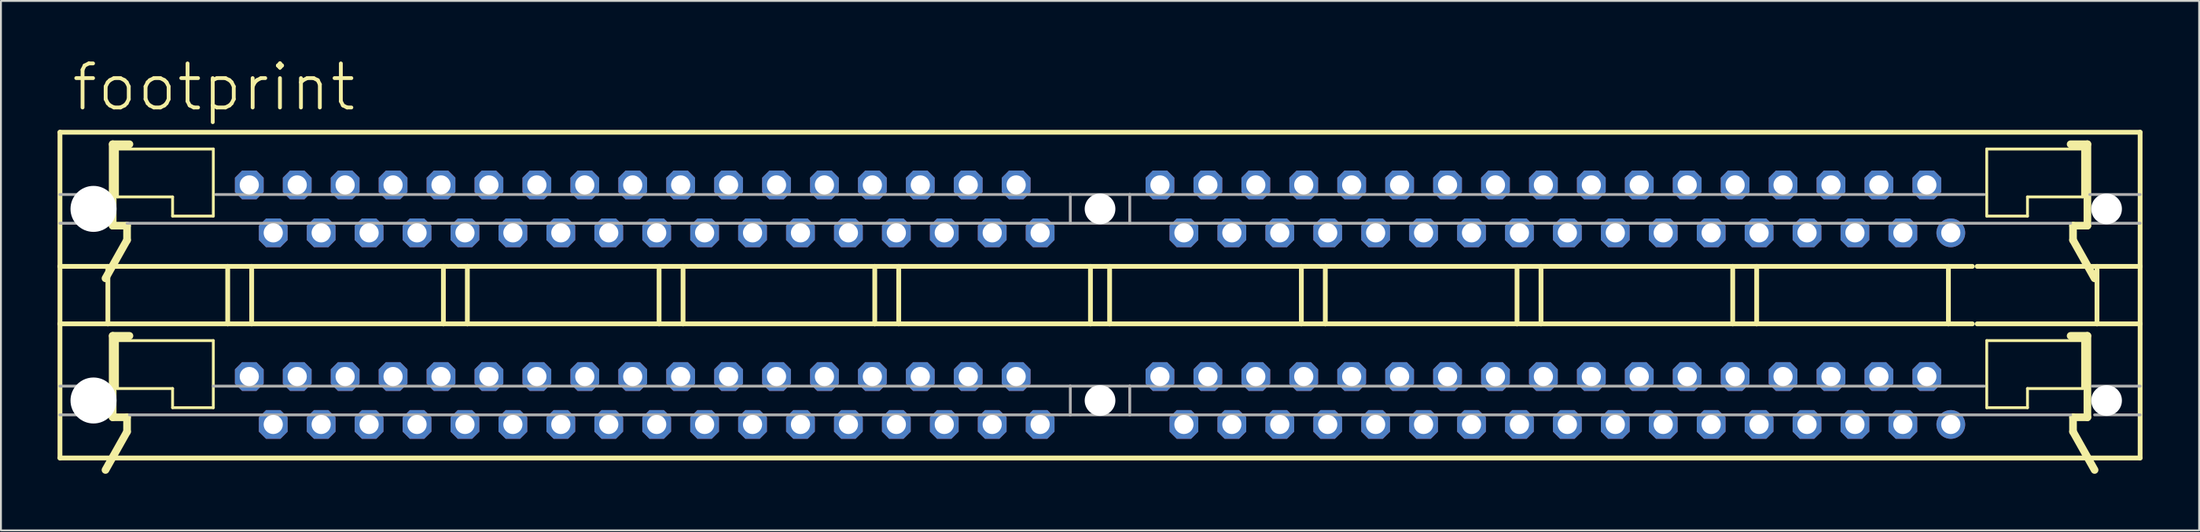
<source format=kicad_pcb>
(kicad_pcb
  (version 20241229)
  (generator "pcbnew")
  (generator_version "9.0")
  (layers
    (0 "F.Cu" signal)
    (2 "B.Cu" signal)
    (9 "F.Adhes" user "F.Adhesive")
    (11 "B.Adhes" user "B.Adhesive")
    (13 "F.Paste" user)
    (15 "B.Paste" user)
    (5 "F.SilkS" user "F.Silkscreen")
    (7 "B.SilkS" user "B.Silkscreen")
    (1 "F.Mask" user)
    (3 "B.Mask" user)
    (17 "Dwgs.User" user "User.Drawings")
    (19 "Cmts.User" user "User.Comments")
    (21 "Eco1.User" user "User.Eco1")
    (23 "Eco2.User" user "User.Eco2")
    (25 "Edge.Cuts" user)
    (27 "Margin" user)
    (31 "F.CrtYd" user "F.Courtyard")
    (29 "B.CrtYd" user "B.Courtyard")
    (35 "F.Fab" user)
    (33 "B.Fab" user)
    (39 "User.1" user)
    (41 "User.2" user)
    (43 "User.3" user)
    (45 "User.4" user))
  (footprint "footprint"
    (layer "F.Cu")
    (at 55.245 8.026)
    (property "Reference" "footprint" (at -54.61 -5.08 0) (layer "F.SilkS") (effects (font (size 2.337 2.337) (thickness 0.203)) (justify left bottom)))
    (fp_line (start -55.118 -4.064) (end 55.118 -4.064) (stroke (width 0.254) (type solid)) (layer "F.SilkS"))
    (fp_line (start -55.118 3.048) (end -55.118 -4.064) (stroke (width 0.254) (type solid)) (layer "F.SilkS"))
    (fp_line (start -55.118 6.096) (end -55.118 3.048) (stroke (width 0.254) (type solid)) (layer "F.SilkS"))
    (fp_line (start -55.118 6.096) (end -52.578 6.096) (stroke (width 0.254) (type solid)) (layer "F.SilkS"))
    (fp_line (start -55.118 13.208) (end -55.118 6.096) (stroke (width 0.254) (type solid)) (layer "F.SilkS"))
    (fp_line (start -52.578 3.048) (end -55.118 3.048) (stroke (width 0.254) (type solid)) (layer "F.SilkS"))
    (fp_line (start -52.578 6.096) (end -52.578 3.048) (stroke (width 0.254) (type solid)) (layer "F.SilkS"))
    (fp_line (start -52.578 6.096) (end -46.228 6.096) (stroke (width 0.254) (type solid)) (layer "F.SilkS"))
    (fp_line (start -52.324 -3.429) (end -52.324 0.889) (stroke (width 0.406) (type solid)) (layer "F.SilkS"))
    (fp_line (start -52.324 0.889) (end -51.562 0.889) (stroke (width 0.406) (type solid)) (layer "F.SilkS"))
    (fp_line (start -52.324 6.731) (end -52.324 11.049) (stroke (width 0.406) (type solid)) (layer "F.SilkS"))
    (fp_line (start -52.324 11.049) (end -51.562 11.049) (stroke (width 0.406) (type solid)) (layer "F.SilkS"))
    (fp_line (start -52.07 -3.175) (end -52.07 -0.635) (stroke (width 0.152) (type solid)) (layer "F.SilkS"))
    (fp_line (start -52.07 6.985) (end -52.07 9.525) (stroke (width 0.152) (type solid)) (layer "F.SilkS"))
    (fp_line (start -51.562 0.889) (end -51.562 1.651) (stroke (width 0.406) (type solid)) (layer "F.SilkS"))
    (fp_line (start -51.562 1.651) (end -52.705 3.683) (stroke (width 0.406) (type solid)) (layer "F.SilkS"))
    (fp_line (start -51.562 11.049) (end -51.562 11.811) (stroke (width 0.406) (type solid)) (layer "F.SilkS"))
    (fp_line (start -51.562 11.811) (end -52.705 13.843) (stroke (width 0.406) (type solid)) (layer "F.SilkS"))
    (fp_line (start -51.435 -3.429) (end -52.324 -3.429) (stroke (width 0.406) (type solid)) (layer "F.SilkS"))
    (fp_line (start -51.435 6.731) (end -52.324 6.731) (stroke (width 0.406) (type solid)) (layer "F.SilkS"))
    (fp_line (start -49.149 -0.635) (end -52.07 -0.635) (stroke (width 0.152) (type solid)) (layer "F.SilkS"))
    (fp_line (start -49.149 0.381) (end -49.149 -0.635) (stroke (width 0.152) (type solid)) (layer "F.SilkS"))
    (fp_line (start -49.149 0.381) (end -46.99 0.381) (stroke (width 0.152) (type solid)) (layer "F.SilkS"))
    (fp_line (start -49.149 9.525) (end -52.07 9.525) (stroke (width 0.152) (type solid)) (layer "F.SilkS"))
    (fp_line (start -49.149 10.541) (end -49.149 9.525) (stroke (width 0.152) (type solid)) (layer "F.SilkS"))
    (fp_line (start -49.149 10.541) (end -46.99 10.541) (stroke (width 0.152) (type solid)) (layer "F.SilkS"))
    (fp_line (start -46.99 -3.175) (end -52.07 -3.175) (stroke (width 0.152) (type solid)) (layer "F.SilkS"))
    (fp_line (start -46.99 0.381) (end -46.99 -3.175) (stroke (width 0.152) (type solid)) (layer "F.SilkS"))
    (fp_line (start -46.99 6.985) (end -52.07 6.985) (stroke (width 0.152) (type solid)) (layer "F.SilkS"))
    (fp_line (start -46.99 10.541) (end -46.99 6.985) (stroke (width 0.152) (type solid)) (layer "F.SilkS"))
    (fp_line (start -46.228 3.048) (end -52.578 3.048) (stroke (width 0.254) (type solid)) (layer "F.SilkS"))
    (fp_line (start -46.228 6.096) (end -46.228 3.048) (stroke (width 0.254) (type solid)) (layer "F.SilkS"))
    (fp_line (start -46.228 6.096) (end -44.958 6.096) (stroke (width 0.254) (type solid)) (layer "F.SilkS"))
    (fp_line (start -44.958 3.048) (end -46.228 3.048) (stroke (width 0.254) (type solid)) (layer "F.SilkS"))
    (fp_line (start -44.958 6.096) (end -44.958 3.048) (stroke (width 0.254) (type solid)) (layer "F.SilkS"))
    (fp_line (start -44.958 6.096) (end -34.798 6.096) (stroke (width 0.254) (type solid)) (layer "F.SilkS"))
    (fp_line (start -34.798 3.048) (end -44.958 3.048) (stroke (width 0.254) (type solid)) (layer "F.SilkS"))
    (fp_line (start -34.798 6.096) (end -34.798 3.048) (stroke (width 0.254) (type solid)) (layer "F.SilkS"))
    (fp_line (start -34.798 6.096) (end -33.528 6.096) (stroke (width 0.254) (type solid)) (layer "F.SilkS"))
    (fp_line (start -33.528 3.048) (end -34.798 3.048) (stroke (width 0.254) (type solid)) (layer "F.SilkS"))
    (fp_line (start -33.528 6.096) (end -33.528 3.048) (stroke (width 0.254) (type solid)) (layer "F.SilkS"))
    (fp_line (start -33.528 6.096) (end -23.368 6.096) (stroke (width 0.254) (type solid)) (layer "F.SilkS"))
    (fp_line (start -23.368 3.048) (end -33.528 3.048) (stroke (width 0.254) (type solid)) (layer "F.SilkS"))
    (fp_line (start -23.368 6.096) (end -23.368 3.048) (stroke (width 0.254) (type solid)) (layer "F.SilkS"))
    (fp_line (start -23.368 6.096) (end -22.098 6.096) (stroke (width 0.254) (type solid)) (layer "F.SilkS"))
    (fp_line (start -22.098 3.048) (end -23.368 3.048) (stroke (width 0.254) (type solid)) (layer "F.SilkS"))
    (fp_line (start -22.098 6.096) (end -22.098 3.048) (stroke (width 0.254) (type solid)) (layer "F.SilkS"))
    (fp_line (start -22.098 6.096) (end -11.938 6.096) (stroke (width 0.254) (type solid)) (layer "F.SilkS"))
    (fp_line (start -11.938 3.048) (end -22.098 3.048) (stroke (width 0.254) (type solid)) (layer "F.SilkS"))
    (fp_line (start -11.938 6.096) (end -11.938 3.048) (stroke (width 0.254) (type solid)) (layer "F.SilkS"))
    (fp_line (start -11.938 6.096) (end -10.668 6.096) (stroke (width 0.254) (type solid)) (layer "F.SilkS"))
    (fp_line (start -10.668 3.048) (end -11.938 3.048) (stroke (width 0.254) (type solid)) (layer "F.SilkS"))
    (fp_line (start -10.668 6.096) (end -10.668 3.048) (stroke (width 0.254) (type solid)) (layer "F.SilkS"))
    (fp_line (start -10.668 6.096) (end -0.508 6.096) (stroke (width 0.254) (type solid)) (layer "F.SilkS"))
    (fp_line (start -0.508 3.048) (end -10.668 3.048) (stroke (width 0.254) (type solid)) (layer "F.SilkS"))
    (fp_line (start -0.508 6.096) (end -0.508 3.048) (stroke (width 0.254) (type solid)) (layer "F.SilkS"))
    (fp_line (start 0.508 3.048) (end -0.508 3.048) (stroke (width 0.254) (type solid)) (layer "F.SilkS"))
    (fp_line (start 0.508 3.048) (end 10.668 3.048) (stroke (width 0.254) (type solid)) (layer "F.SilkS"))
    (fp_line (start 0.508 6.096) (end -0.508 6.096) (stroke (width 0.254) (type solid)) (layer "F.SilkS"))
    (fp_line (start 0.508 6.096) (end 0.508 3.048) (stroke (width 0.254) (type solid)) (layer "F.SilkS"))
    (fp_line (start 10.668 3.048) (end 11.938 3.048) (stroke (width 0.254) (type solid)) (layer "F.SilkS"))
    (fp_line (start 10.668 6.096) (end 0.508 6.096) (stroke (width 0.254) (type solid)) (layer "F.SilkS"))
    (fp_line (start 10.668 6.096) (end 10.668 3.048) (stroke (width 0.254) (type solid)) (layer "F.SilkS"))
    (fp_line (start 11.938 3.048) (end 22.098 3.048) (stroke (width 0.254) (type solid)) (layer "F.SilkS"))
    (fp_line (start 11.938 6.096) (end 10.668 6.096) (stroke (width 0.254) (type solid)) (layer "F.SilkS"))
    (fp_line (start 11.938 6.096) (end 11.938 3.048) (stroke (width 0.254) (type solid)) (layer "F.SilkS"))
    (fp_line (start 22.098 3.048) (end 23.368 3.048) (stroke (width 0.254) (type solid)) (layer "F.SilkS"))
    (fp_line (start 22.098 6.096) (end 11.938 6.096) (stroke (width 0.254) (type solid)) (layer "F.SilkS"))
    (fp_line (start 22.098 6.096) (end 22.098 3.048) (stroke (width 0.254) (type solid)) (layer "F.SilkS"))
    (fp_line (start 23.368 3.048) (end 33.528 3.048) (stroke (width 0.254) (type solid)) (layer "F.SilkS"))
    (fp_line (start 23.368 6.096) (end 22.098 6.096) (stroke (width 0.254) (type solid)) (layer "F.SilkS"))
    (fp_line (start 23.368 6.096) (end 23.368 3.048) (stroke (width 0.254) (type solid)) (layer "F.SilkS"))
    (fp_line (start 33.528 3.048) (end 34.798 3.048) (stroke (width 0.254) (type solid)) (layer "F.SilkS"))
    (fp_line (start 33.528 6.096) (end 23.368 6.096) (stroke (width 0.254) (type solid)) (layer "F.SilkS"))
    (fp_line (start 33.528 6.096) (end 33.528 3.048) (stroke (width 0.254) (type solid)) (layer "F.SilkS"))
    (fp_line (start 34.798 3.048) (end 44.958 3.048) (stroke (width 0.254) (type solid)) (layer "F.SilkS"))
    (fp_line (start 34.798 6.096) (end 33.528 6.096) (stroke (width 0.254) (type solid)) (layer "F.SilkS"))
    (fp_line (start 34.798 6.096) (end 34.798 3.048) (stroke (width 0.254) (type solid)) (layer "F.SilkS"))
    (fp_line (start 44.958 3.048) (end 46.228 3.048) (stroke (width 0.254) (type solid)) (layer "F.SilkS"))
    (fp_line (start 44.958 6.096) (end 34.798 6.096) (stroke (width 0.254) (type solid)) (layer "F.SilkS"))
    (fp_line (start 44.958 6.096) (end 44.958 3.048) (stroke (width 0.254) (type solid)) (layer "F.SilkS"))
    (fp_line (start 46.228 6.096) (end 44.958 6.096) (stroke (width 0.254) (type solid)) (layer "F.SilkS"))
    (fp_line (start 46.482 6.096) (end 52.832 6.096) (stroke (width 0.254) (type solid)) (layer "F.SilkS"))
    (fp_line (start 46.99 -3.175) (end 52.07 -3.175) (stroke (width 0.152) (type solid)) (layer "F.SilkS"))
    (fp_line (start 46.99 0.381) (end 46.99 -3.175) (stroke (width 0.152) (type solid)) (layer "F.SilkS"))
    (fp_line (start 46.99 6.985) (end 52.07 6.985) (stroke (width 0.152) (type solid)) (layer "F.SilkS"))
    (fp_line (start 46.99 10.541) (end 46.99 6.985) (stroke (width 0.152) (type solid)) (layer "F.SilkS"))
    (fp_line (start 49.149 -0.635) (end 52.07 -0.635) (stroke (width 0.152) (type solid)) (layer "F.SilkS"))
    (fp_line (start 49.149 0.381) (end 46.99 0.381) (stroke (width 0.152) (type solid)) (layer "F.SilkS"))
    (fp_line (start 49.149 0.381) (end 49.149 -0.635) (stroke (width 0.152) (type solid)) (layer "F.SilkS"))
    (fp_line (start 49.149 9.525) (end 52.07 9.525) (stroke (width 0.152) (type solid)) (layer "F.SilkS"))
    (fp_line (start 49.149 10.541) (end 46.99 10.541) (stroke (width 0.152) (type solid)) (layer "F.SilkS"))
    (fp_line (start 49.149 10.541) (end 49.149 9.525) (stroke (width 0.152) (type solid)) (layer "F.SilkS"))
    (fp_line (start 51.435 -3.429) (end 52.324 -3.429) (stroke (width 0.406) (type solid)) (layer "F.SilkS"))
    (fp_line (start 51.435 6.731) (end 52.324 6.731) (stroke (width 0.406) (type solid)) (layer "F.SilkS"))
    (fp_line (start 51.562 0.889) (end 51.562 1.651) (stroke (width 0.406) (type solid)) (layer "F.SilkS"))
    (fp_line (start 51.562 1.651) (end 52.705 3.683) (stroke (width 0.406) (type solid)) (layer "F.SilkS"))
    (fp_line (start 51.562 11.049) (end 51.562 11.811) (stroke (width 0.406) (type solid)) (layer "F.SilkS"))
    (fp_line (start 51.562 11.811) (end 52.705 13.843) (stroke (width 0.406) (type solid)) (layer "F.SilkS"))
    (fp_line (start 52.07 -3.175) (end 52.07 -0.635) (stroke (width 0.152) (type solid)) (layer "F.SilkS"))
    (fp_line (start 52.07 6.985) (end 52.07 9.525) (stroke (width 0.152) (type solid)) (layer "F.SilkS"))
    (fp_line (start 52.324 -3.429) (end 52.324 0.889) (stroke (width 0.406) (type solid)) (layer "F.SilkS"))
    (fp_line (start 52.324 0.889) (end 51.562 0.889) (stroke (width 0.406) (type solid)) (layer "F.SilkS"))
    (fp_line (start 52.324 6.731) (end 52.324 11.049) (stroke (width 0.406) (type solid)) (layer "F.SilkS"))
    (fp_line (start 52.324 11.049) (end 51.562 11.049) (stroke (width 0.406) (type solid)) (layer "F.SilkS"))
    (fp_line (start 52.832 3.048) (end 46.482 3.048) (stroke (width 0.254) (type solid)) (layer "F.SilkS"))
    (fp_line (start 52.832 6.096) (end 52.832 3.048) (stroke (width 0.254) (type solid)) (layer "F.SilkS"))
    (fp_line (start 52.832 6.096) (end 55.118 6.096) (stroke (width 0.254) (type solid)) (layer "F.SilkS"))
    (fp_line (start 55.118 -4.064) (end 55.118 3.048) (stroke (width 0.254) (type solid)) (layer "F.SilkS"))
    (fp_line (start 55.118 3.048) (end 52.832 3.048) (stroke (width 0.254) (type solid)) (layer "F.SilkS"))
    (fp_line (start 55.118 3.048) (end 55.118 6.096) (stroke (width 0.254) (type solid)) (layer "F.SilkS"))
    (fp_line (start 55.118 6.096) (end 55.118 13.208) (stroke (width 0.254) (type solid)) (layer "F.SilkS"))
    (fp_line (start 55.118 13.208) (end -55.118 13.208) (stroke (width 0.254) (type solid)) (layer "F.SilkS"))
    (fp_line (start -55.118 -0.762) (end -52.578 -0.762) (stroke (width 0.152) (type solid)) (layer "F.Fab"))
    (fp_line (start -55.118 0.762) (end -52.705 0.762) (stroke (width 0.152) (type solid)) (layer "F.Fab"))
    (fp_line (start -55.118 9.398) (end -52.578 9.398) (stroke (width 0.152) (type solid)) (layer "F.Fab"))
    (fp_line (start -55.118 10.922) (end -52.578 10.922) (stroke (width 0.152) (type solid)) (layer "F.Fab"))
    (fp_line (start -51.562 0.762) (end -1.575 0.762) (stroke (width 0.152) (type solid)) (layer "F.Fab"))
    (fp_line (start -51.435 10.922) (end -1.575 10.922) (stroke (width 0.152) (type solid)) (layer "F.Fab"))
    (fp_line (start -46.99 9.398) (end -1.575 9.398) (stroke (width 0.152) (type solid)) (layer "F.Fab"))
    (fp_line (start -46.863 -0.762) (end -1.575 -0.762) (stroke (width 0.152) (type solid)) (layer "F.Fab"))
    (fp_line (start -1.575 -0.762) (end 1.575 -0.762) (stroke (width 0.152) (type solid)) (layer "F.Fab"))
    (fp_line (start -1.575 0.762) (end -1.575 -0.762) (stroke (width 0.152) (type solid)) (layer "F.Fab"))
    (fp_line (start -1.575 0.762) (end 1.575 0.762) (stroke (width 0.152) (type solid)) (layer "F.Fab"))
    (fp_line (start -1.575 9.398) (end 1.575 9.398) (stroke (width 0.152) (type solid)) (layer "F.Fab"))
    (fp_line (start -1.575 10.922) (end -1.575 9.398) (stroke (width 0.152) (type solid)) (layer "F.Fab"))
    (fp_line (start -1.575 10.922) (end 1.575 10.922) (stroke (width 0.152) (type solid)) (layer "F.Fab"))
    (fp_line (start 1.575 0.762) (end 1.575 -0.762) (stroke (width 0.152) (type solid)) (layer "F.Fab"))
    (fp_line (start 1.575 10.922) (end 1.575 9.398) (stroke (width 0.152) (type solid)) (layer "F.Fab"))
    (fp_line (start 46.863 -0.762) (end 1.575 -0.762) (stroke (width 0.152) (type solid)) (layer "F.Fab"))
    (fp_line (start 46.863 9.398) (end 1.575 9.398) (stroke (width 0.152) (type solid)) (layer "F.Fab"))
    (fp_line (start 51.435 0.762) (end 1.575 0.762) (stroke (width 0.152) (type solid)) (layer "F.Fab"))
    (fp_line (start 51.435 10.922) (end 1.575 10.922) (stroke (width 0.152) (type solid)) (layer "F.Fab"))
    (fp_line (start 55.118 -0.762) (end 52.451 -0.762) (stroke (width 0.152) (type solid)) (layer "F.Fab"))
    (fp_line (start 55.118 0.762) (end 52.578 0.762) (stroke (width 0.152) (type solid)) (layer "F.Fab"))
    (fp_line (start 55.118 9.398) (end 52.578 9.398) (stroke (width 0.152) (type solid)) (layer "F.Fab"))
    (fp_line (start 55.118 10.922) (end 52.705 10.922) (stroke (width 0.152) (type solid)) (layer "F.Fab"))
    (pad "" np_thru_hole circle (at -53.34 0) (size 2.438 2.438) (drill 2.438) (layers "*.Cu" "*.Mask"))
    (pad "" np_thru_hole circle (at -53.34 10.16) (size 2.438 2.438) (drill 2.438) (layers "*.Cu" "*.Mask"))
    (pad "" np_thru_hole circle (at 0 0) (size 1.626 1.626) (drill 1.626) (layers "*.Cu" "*.Mask"))
    (pad "" np_thru_hole circle (at 0 10.16) (size 1.626 1.626) (drill 1.626) (layers "*.Cu" "*.Mask"))
    (pad "" np_thru_hole circle (at 53.34 0) (size 1.626 1.626) (drill 1.626) (layers "*.Cu" "*.Mask"))
    (pad "" np_thru_hole circle (at 53.34 10.16) (size 1.626 1.626) (drill 1.626) (layers "*.Cu" "*.Mask"))
    (pad "1-1" thru_hole circle (at 45.085 1.27) (size 1.524 1.524) (drill 1.016) (layers "*.Cu" "*.Mask"))
    (pad "1-2" thru_hole roundrect (at 43.815 -1.27) (size 1.524 1.524) (drill 1.016) (layers "*.Cu" "*.Mask") (roundrect_rratio 0.25) (chamfer_ratio 0.25) (chamfer top_left top_right bottom_left bottom_right))
    (pad "1-3" thru_hole roundrect (at 42.545 1.27) (size 1.524 1.524) (drill 1.016) (layers "*.Cu" "*.Mask") (roundrect_rratio 0.25) (chamfer_ratio 0.25) (chamfer top_left top_right bottom_left bottom_right))
    (pad "1-4" thru_hole roundrect (at 41.275 -1.27) (size 1.524 1.524) (drill 1.016) (layers "*.Cu" "*.Mask") (roundrect_rratio 0.25) (chamfer_ratio 0.25) (chamfer top_left top_right bottom_left bottom_right))
    (pad "1-5" thru_hole roundrect (at 40.005 1.27) (size 1.524 1.524) (drill 1.016) (layers "*.Cu" "*.Mask") (roundrect_rratio 0.25) (chamfer_ratio 0.25) (chamfer top_left top_right bottom_left bottom_right))
    (pad "1-6" thru_hole roundrect (at 38.735 -1.27) (size 1.524 1.524) (drill 1.016) (layers "*.Cu" "*.Mask") (roundrect_rratio 0.25) (chamfer_ratio 0.25) (chamfer top_left top_right bottom_left bottom_right))
    (pad "1-7" thru_hole roundrect (at 37.465 1.27) (size 1.524 1.524) (drill 1.016) (layers "*.Cu" "*.Mask") (roundrect_rratio 0.25) (chamfer_ratio 0.25) (chamfer top_left top_right bottom_left bottom_right))
    (pad "1-8" thru_hole roundrect (at 36.195 -1.27) (size 1.524 1.524) (drill 1.016) (layers "*.Cu" "*.Mask") (roundrect_rratio 0.25) (chamfer_ratio 0.25) (chamfer top_left top_right bottom_left bottom_right))
    (pad "1-9" thru_hole roundrect (at 34.925 1.27) (size 1.524 1.524) (drill 1.016) (layers "*.Cu" "*.Mask") (roundrect_rratio 0.25) (chamfer_ratio 0.25) (chamfer top_left top_right bottom_left bottom_right))
    (pad "1-10" thru_hole roundrect (at 33.655 -1.27) (size 1.524 1.524) (drill 1.016) (layers "*.Cu" "*.Mask") (roundrect_rratio 0.25) (chamfer_ratio 0.25) (chamfer top_left top_right bottom_left bottom_right))
    (pad "1-11" thru_hole roundrect (at 32.385 1.27) (size 1.524 1.524) (drill 1.016) (layers "*.Cu" "*.Mask") (roundrect_rratio 0.25) (chamfer_ratio 0.25) (chamfer top_left top_right bottom_left bottom_right))
    (pad "1-12" thru_hole roundrect (at 31.115 -1.27) (size 1.524 1.524) (drill 1.016) (layers "*.Cu" "*.Mask") (roundrect_rratio 0.25) (chamfer_ratio 0.25) (chamfer top_left top_right bottom_left bottom_right))
    (pad "1-13" thru_hole roundrect (at 29.845 1.27) (size 1.524 1.524) (drill 1.016) (layers "*.Cu" "*.Mask") (roundrect_rratio 0.25) (chamfer_ratio 0.25) (chamfer top_left top_right bottom_left bottom_right))
    (pad "1-14" thru_hole roundrect (at 28.575 -1.27) (size 1.524 1.524) (drill 1.016) (layers "*.Cu" "*.Mask") (roundrect_rratio 0.25) (chamfer_ratio 0.25) (chamfer top_left top_right bottom_left bottom_right))
    (pad "1-15" thru_hole roundrect (at 27.305 1.27) (size 1.524 1.524) (drill 1.016) (layers "*.Cu" "*.Mask") (roundrect_rratio 0.25) (chamfer_ratio 0.25) (chamfer top_left top_right bottom_left bottom_right))
    (pad "1-16" thru_hole roundrect (at 26.035 -1.27) (size 1.524 1.524) (drill 1.016) (layers "*.Cu" "*.Mask") (roundrect_rratio 0.25) (chamfer_ratio 0.25) (chamfer top_left top_right bottom_left bottom_right))
    (pad "1-17" thru_hole roundrect (at 24.765 1.27) (size 1.524 1.524) (drill 1.016) (layers "*.Cu" "*.Mask") (roundrect_rratio 0.25) (chamfer_ratio 0.25) (chamfer top_left top_right bottom_left bottom_right))
    (pad "1-18" thru_hole roundrect (at 23.495 -1.27) (size 1.524 1.524) (drill 1.016) (layers "*.Cu" "*.Mask") (roundrect_rratio 0.25) (chamfer_ratio 0.25) (chamfer top_left top_right bottom_left bottom_right))
    (pad "1-19" thru_hole roundrect (at 22.225 1.27) (size 1.524 1.524) (drill 1.016) (layers "*.Cu" "*.Mask") (roundrect_rratio 0.25) (chamfer_ratio 0.25) (chamfer top_left top_right bottom_left bottom_right))
    (pad "1-20" thru_hole roundrect (at 20.955 -1.27) (size 1.524 1.524) (drill 1.016) (layers "*.Cu" "*.Mask") (roundrect_rratio 0.25) (chamfer_ratio 0.25) (chamfer top_left top_right bottom_left bottom_right))
    (pad "1-21" thru_hole roundrect (at 19.685 1.27) (size 1.524 1.524) (drill 1.016) (layers "*.Cu" "*.Mask") (roundrect_rratio 0.25) (chamfer_ratio 0.25) (chamfer top_left top_right bottom_left bottom_right))
    (pad "1-22" thru_hole roundrect (at 18.415 -1.27) (size 1.524 1.524) (drill 1.016) (layers "*.Cu" "*.Mask") (roundrect_rratio 0.25) (chamfer_ratio 0.25) (chamfer top_left top_right bottom_left bottom_right))
    (pad "1-23" thru_hole roundrect (at 17.145 1.27) (size 1.524 1.524) (drill 1.016) (layers "*.Cu" "*.Mask") (roundrect_rratio 0.25) (chamfer_ratio 0.25) (chamfer top_left top_right bottom_left bottom_right))
    (pad "1-24" thru_hole roundrect (at 15.875 -1.27) (size 1.524 1.524) (drill 1.016) (layers "*.Cu" "*.Mask") (roundrect_rratio 0.25) (chamfer_ratio 0.25) (chamfer top_left top_right bottom_left bottom_right))
    (pad "1-25" thru_hole roundrect (at 14.605 1.27) (size 1.524 1.524) (drill 1.016) (layers "*.Cu" "*.Mask") (roundrect_rratio 0.25) (chamfer_ratio 0.25) (chamfer top_left top_right bottom_left bottom_right))
    (pad "1-26" thru_hole roundrect (at 13.335 -1.27) (size 1.524 1.524) (drill 1.016) (layers "*.Cu" "*.Mask") (roundrect_rratio 0.25) (chamfer_ratio 0.25) (chamfer top_left top_right bottom_left bottom_right))
    (pad "1-27" thru_hole roundrect (at 12.065 1.27) (size 1.524 1.524) (drill 1.016) (layers "*.Cu" "*.Mask") (roundrect_rratio 0.25) (chamfer_ratio 0.25) (chamfer top_left top_right bottom_left bottom_right))
    (pad "1-28" thru_hole roundrect (at 10.795 -1.27) (size 1.524 1.524) (drill 1.016) (layers "*.Cu" "*.Mask") (roundrect_rratio 0.25) (chamfer_ratio 0.25) (chamfer top_left top_right bottom_left bottom_right))
    (pad "1-29" thru_hole roundrect (at 9.525 1.27) (size 1.524 1.524) (drill 1.016) (layers "*.Cu" "*.Mask") (roundrect_rratio 0.25) (chamfer_ratio 0.25) (chamfer top_left top_right bottom_left bottom_right))
    (pad "1-30" thru_hole roundrect (at 8.255 -1.27) (size 1.524 1.524) (drill 1.016) (layers "*.Cu" "*.Mask") (roundrect_rratio 0.25) (chamfer_ratio 0.25) (chamfer top_left top_right bottom_left bottom_right))
    (pad "1-31" thru_hole roundrect (at 6.985 1.27) (size 1.524 1.524) (drill 1.016) (layers "*.Cu" "*.Mask") (roundrect_rratio 0.25) (chamfer_ratio 0.25) (chamfer top_left top_right bottom_left bottom_right))
    (pad "1-32" thru_hole roundrect (at 5.715 -1.27) (size 1.524 1.524) (drill 1.016) (layers "*.Cu" "*.Mask") (roundrect_rratio 0.25) (chamfer_ratio 0.25) (chamfer top_left top_right bottom_left bottom_right))
    (pad "1-33" thru_hole roundrect (at 4.445 1.27) (size 1.524 1.524) (drill 1.016) (layers "*.Cu" "*.Mask") (roundrect_rratio 0.25) (chamfer_ratio 0.25) (chamfer top_left top_right bottom_left bottom_right))
    (pad "1-34" thru_hole roundrect (at 3.175 -1.27) (size 1.524 1.524) (drill 1.016) (layers "*.Cu" "*.Mask") (roundrect_rratio 0.25) (chamfer_ratio 0.25) (chamfer top_left top_right bottom_left bottom_right))
    (pad "1-35" thru_hole roundrect (at -3.175 1.27) (size 1.524 1.524) (drill 1.016) (layers "*.Cu" "*.Mask") (roundrect_rratio 0.25) (chamfer_ratio 0.25) (chamfer top_left top_right bottom_left bottom_right))
    (pad "1-36" thru_hole roundrect (at -4.445 -1.27) (size 1.524 1.524) (drill 1.016) (layers "*.Cu" "*.Mask") (roundrect_rratio 0.25) (chamfer_ratio 0.25) (chamfer top_left top_right bottom_left bottom_right))
    (pad "1-37" thru_hole roundrect (at -5.715 1.27) (size 1.524 1.524) (drill 1.016) (layers "*.Cu" "*.Mask") (roundrect_rratio 0.25) (chamfer_ratio 0.25) (chamfer top_left top_right bottom_left bottom_right))
    (pad "1-38" thru_hole roundrect (at -6.985 -1.27) (size 1.524 1.524) (drill 1.016) (layers "*.Cu" "*.Mask") (roundrect_rratio 0.25) (chamfer_ratio 0.25) (chamfer top_left top_right bottom_left bottom_right))
    (pad "1-39" thru_hole roundrect (at -8.255 1.27) (size 1.524 1.524) (drill 1.016) (layers "*.Cu" "*.Mask") (roundrect_rratio 0.25) (chamfer_ratio 0.25) (chamfer top_left top_right bottom_left bottom_right))
    (pad "1-40" thru_hole roundrect (at -9.525 -1.27) (size 1.524 1.524) (drill 1.016) (layers "*.Cu" "*.Mask") (roundrect_rratio 0.25) (chamfer_ratio 0.25) (chamfer top_left top_right bottom_left bottom_right))
    (pad "1-41" thru_hole roundrect (at -10.795 1.27) (size 1.524 1.524) (drill 1.016) (layers "*.Cu" "*.Mask") (roundrect_rratio 0.25) (chamfer_ratio 0.25) (chamfer top_left top_right bottom_left bottom_right))
    (pad "1-42" thru_hole roundrect (at -12.065 -1.27) (size 1.524 1.524) (drill 1.016) (layers "*.Cu" "*.Mask") (roundrect_rratio 0.25) (chamfer_ratio 0.25) (chamfer top_left top_right bottom_left bottom_right))
    (pad "1-43" thru_hole roundrect (at -13.335 1.27) (size 1.524 1.524) (drill 1.016) (layers "*.Cu" "*.Mask") (roundrect_rratio 0.25) (chamfer_ratio 0.25) (chamfer top_left top_right bottom_left bottom_right))
    (pad "1-44" thru_hole roundrect (at -14.605 -1.27) (size 1.524 1.524) (drill 1.016) (layers "*.Cu" "*.Mask") (roundrect_rratio 0.25) (chamfer_ratio 0.25) (chamfer top_left top_right bottom_left bottom_right))
    (pad "1-45" thru_hole roundrect (at -15.875 1.27) (size 1.524 1.524) (drill 1.016) (layers "*.Cu" "*.Mask") (roundrect_rratio 0.25) (chamfer_ratio 0.25) (chamfer top_left top_right bottom_left bottom_right))
    (pad "1-46" thru_hole roundrect (at -17.145 -1.27) (size 1.524 1.524) (drill 1.016) (layers "*.Cu" "*.Mask") (roundrect_rratio 0.25) (chamfer_ratio 0.25) (chamfer top_left top_right bottom_left bottom_right))
    (pad "1-47" thru_hole roundrect (at -18.415 1.27) (size 1.524 1.524) (drill 1.016) (layers "*.Cu" "*.Mask") (roundrect_rratio 0.25) (chamfer_ratio 0.25) (chamfer top_left top_right bottom_left bottom_right))
    (pad "1-48" thru_hole roundrect (at -19.685 -1.27) (size 1.524 1.524) (drill 1.016) (layers "*.Cu" "*.Mask") (roundrect_rratio 0.25) (chamfer_ratio 0.25) (chamfer top_left top_right bottom_left bottom_right))
    (pad "1-49" thru_hole roundrect (at -20.955 1.27) (size 1.524 1.524) (drill 1.016) (layers "*.Cu" "*.Mask") (roundrect_rratio 0.25) (chamfer_ratio 0.25) (chamfer top_left top_right bottom_left bottom_right))
    (pad "1-50" thru_hole roundrect (at -22.225 -1.27) (size 1.524 1.524) (drill 1.016) (layers "*.Cu" "*.Mask") (roundrect_rratio 0.25) (chamfer_ratio 0.25) (chamfer top_left top_right bottom_left bottom_right))
    (pad "1-51" thru_hole roundrect (at -23.495 1.27) (size 1.524 1.524) (drill 1.016) (layers "*.Cu" "*.Mask") (roundrect_rratio 0.25) (chamfer_ratio 0.25) (chamfer top_left top_right bottom_left bottom_right))
    (pad "1-52" thru_hole roundrect (at -24.765 -1.27) (size 1.524 1.524) (drill 1.016) (layers "*.Cu" "*.Mask") (roundrect_rratio 0.25) (chamfer_ratio 0.25) (chamfer top_left top_right bottom_left bottom_right))
    (pad "1-53" thru_hole roundrect (at -26.035 1.27) (size 1.524 1.524) (drill 1.016) (layers "*.Cu" "*.Mask") (roundrect_rratio 0.25) (chamfer_ratio 0.25) (chamfer top_left top_right bottom_left bottom_right))
    (pad "1-54" thru_hole roundrect (at -27.305 -1.27) (size 1.524 1.524) (drill 1.016) (layers "*.Cu" "*.Mask") (roundrect_rratio 0.25) (chamfer_ratio 0.25) (chamfer top_left top_right bottom_left bottom_right))
    (pad "1-55" thru_hole roundrect (at -28.575 1.27) (size 1.524 1.524) (drill 1.016) (layers "*.Cu" "*.Mask") (roundrect_rratio 0.25) (chamfer_ratio 0.25) (chamfer top_left top_right bottom_left bottom_right))
    (pad "1-56" thru_hole roundrect (at -29.845 -1.27) (size 1.524 1.524) (drill 1.016) (layers "*.Cu" "*.Mask") (roundrect_rratio 0.25) (chamfer_ratio 0.25) (chamfer top_left top_right bottom_left bottom_right))
    (pad "1-57" thru_hole roundrect (at -31.115 1.27) (size 1.524 1.524) (drill 1.016) (layers "*.Cu" "*.Mask") (roundrect_rratio 0.25) (chamfer_ratio 0.25) (chamfer top_left top_right bottom_left bottom_right))
    (pad "1-58" thru_hole roundrect (at -32.385 -1.27) (size 1.524 1.524) (drill 1.016) (layers "*.Cu" "*.Mask") (roundrect_rratio 0.25) (chamfer_ratio 0.25) (chamfer top_left top_right bottom_left bottom_right))
    (pad "1-59" thru_hole roundrect (at -33.655 1.27) (size 1.524 1.524) (drill 1.016) (layers "*.Cu" "*.Mask") (roundrect_rratio 0.25) (chamfer_ratio 0.25) (chamfer top_left top_right bottom_left bottom_right))
    (pad "1-60" thru_hole roundrect (at -34.925 -1.27) (size 1.524 1.524) (drill 1.016) (layers "*.Cu" "*.Mask") (roundrect_rratio 0.25) (chamfer_ratio 0.25) (chamfer top_left top_right bottom_left bottom_right))
    (pad "1-61" thru_hole roundrect (at -36.195 1.27) (size 1.524 1.524) (drill 1.016) (layers "*.Cu" "*.Mask") (roundrect_rratio 0.25) (chamfer_ratio 0.25) (chamfer top_left top_right bottom_left bottom_right))
    (pad "1-62" thru_hole roundrect (at -37.465 -1.27) (size 1.524 1.524) (drill 1.016) (layers "*.Cu" "*.Mask") (roundrect_rratio 0.25) (chamfer_ratio 0.25) (chamfer top_left top_right bottom_left bottom_right))
    (pad "1-63" thru_hole roundrect (at -38.735 1.27) (size 1.524 1.524) (drill 1.016) (layers "*.Cu" "*.Mask") (roundrect_rratio 0.25) (chamfer_ratio 0.25) (chamfer top_left top_right bottom_left bottom_right))
    (pad "1-64" thru_hole roundrect (at -40.005 -1.27) (size 1.524 1.524) (drill 1.016) (layers "*.Cu" "*.Mask") (roundrect_rratio 0.25) (chamfer_ratio 0.25) (chamfer top_left top_right bottom_left bottom_right))
    (pad "1-65" thru_hole roundrect (at -41.275 1.27) (size 1.524 1.524) (drill 1.016) (layers "*.Cu" "*.Mask") (roundrect_rratio 0.25) (chamfer_ratio 0.25) (chamfer top_left top_right bottom_left bottom_right))
    (pad "1-66" thru_hole roundrect (at -42.545 -1.27) (size 1.524 1.524) (drill 1.016) (layers "*.Cu" "*.Mask") (roundrect_rratio 0.25) (chamfer_ratio 0.25) (chamfer top_left top_right bottom_left bottom_right))
    (pad "1-67" thru_hole roundrect (at -43.815 1.27) (size 1.524 1.524) (drill 1.016) (layers "*.Cu" "*.Mask") (roundrect_rratio 0.25) (chamfer_ratio 0.25) (chamfer top_left top_right bottom_left bottom_right))
    (pad "1-68" thru_hole roundrect (at -45.085 -1.27) (size 1.524 1.524) (drill 1.016) (layers "*.Cu" "*.Mask") (roundrect_rratio 0.25) (chamfer_ratio 0.25) (chamfer top_left top_right bottom_left bottom_right))
    (pad "2-1" thru_hole circle (at 45.085 11.43) (size 1.524 1.524) (drill 1.016) (layers "*.Cu" "*.Mask"))
    (pad "2-2" thru_hole roundrect (at 43.815 8.89) (size 1.524 1.524) (drill 1.016) (layers "*.Cu" "*.Mask") (roundrect_rratio 0.25) (chamfer_ratio 0.25) (chamfer top_left top_right bottom_left bottom_right))
    (pad "2-3" thru_hole roundrect (at 42.545 11.43) (size 1.524 1.524) (drill 1.016) (layers "*.Cu" "*.Mask") (roundrect_rratio 0.25) (chamfer_ratio 0.25) (chamfer top_left top_right bottom_left bottom_right))
    (pad "2-4" thru_hole roundrect (at 41.275 8.89) (size 1.524 1.524) (drill 1.016) (layers "*.Cu" "*.Mask") (roundrect_rratio 0.25) (chamfer_ratio 0.25) (chamfer top_left top_right bottom_left bottom_right))
    (pad "2-5" thru_hole roundrect (at 40.005 11.43) (size 1.524 1.524) (drill 1.016) (layers "*.Cu" "*.Mask") (roundrect_rratio 0.25) (chamfer_ratio 0.25) (chamfer top_left top_right bottom_left bottom_right))
    (pad "2-6" thru_hole roundrect (at 38.735 8.89) (size 1.524 1.524) (drill 1.016) (layers "*.Cu" "*.Mask") (roundrect_rratio 0.25) (chamfer_ratio 0.25) (chamfer top_left top_right bottom_left bottom_right))
    (pad "2-7" thru_hole roundrect (at 37.465 11.43) (size 1.524 1.524) (drill 1.016) (layers "*.Cu" "*.Mask") (roundrect_rratio 0.25) (chamfer_ratio 0.25) (chamfer top_left top_right bottom_left bottom_right))
    (pad "2-8" thru_hole roundrect (at 36.195 8.89) (size 1.524 1.524) (drill 1.016) (layers "*.Cu" "*.Mask") (roundrect_rratio 0.25) (chamfer_ratio 0.25) (chamfer top_left top_right bottom_left bottom_right))
    (pad "2-9" thru_hole roundrect (at 34.925 11.43) (size 1.524 1.524) (drill 1.016) (layers "*.Cu" "*.Mask") (roundrect_rratio 0.25) (chamfer_ratio 0.25) (chamfer top_left top_right bottom_left bottom_right))
    (pad "2-10" thru_hole roundrect (at 33.655 8.89) (size 1.524 1.524) (drill 1.016) (layers "*.Cu" "*.Mask") (roundrect_rratio 0.25) (chamfer_ratio 0.25) (chamfer top_left top_right bottom_left bottom_right))
    (pad "2-11" thru_hole roundrect (at 32.385 11.43) (size 1.524 1.524) (drill 1.016) (layers "*.Cu" "*.Mask") (roundrect_rratio 0.25) (chamfer_ratio 0.25) (chamfer top_left top_right bottom_left bottom_right))
    (pad "2-12" thru_hole roundrect (at 31.115 8.89) (size 1.524 1.524) (drill 1.016) (layers "*.Cu" "*.Mask") (roundrect_rratio 0.25) (chamfer_ratio 0.25) (chamfer top_left top_right bottom_left bottom_right))
    (pad "2-13" thru_hole roundrect (at 29.845 11.43) (size 1.524 1.524) (drill 1.016) (layers "*.Cu" "*.Mask") (roundrect_rratio 0.25) (chamfer_ratio 0.25) (chamfer top_left top_right bottom_left bottom_right))
    (pad "2-14" thru_hole roundrect (at 28.575 8.89) (size 1.524 1.524) (drill 1.016) (layers "*.Cu" "*.Mask") (roundrect_rratio 0.25) (chamfer_ratio 0.25) (chamfer top_left top_right bottom_left bottom_right))
    (pad "2-15" thru_hole roundrect (at 27.305 11.43) (size 1.524 1.524) (drill 1.016) (layers "*.Cu" "*.Mask") (roundrect_rratio 0.25) (chamfer_ratio 0.25) (chamfer top_left top_right bottom_left bottom_right))
    (pad "2-16" thru_hole roundrect (at 26.035 8.89) (size 1.524 1.524) (drill 1.016) (layers "*.Cu" "*.Mask") (roundrect_rratio 0.25) (chamfer_ratio 0.25) (chamfer top_left top_right bottom_left bottom_right))
    (pad "2-17" thru_hole roundrect (at 24.765 11.43) (size 1.524 1.524) (drill 1.016) (layers "*.Cu" "*.Mask") (roundrect_rratio 0.25) (chamfer_ratio 0.25) (chamfer top_left top_right bottom_left bottom_right))
    (pad "2-18" thru_hole roundrect (at 23.495 8.89) (size 1.524 1.524) (drill 1.016) (layers "*.Cu" "*.Mask") (roundrect_rratio 0.25) (chamfer_ratio 0.25) (chamfer top_left top_right bottom_left bottom_right))
    (pad "2-19" thru_hole roundrect (at 22.225 11.43) (size 1.524 1.524) (drill 1.016) (layers "*.Cu" "*.Mask") (roundrect_rratio 0.25) (chamfer_ratio 0.25) (chamfer top_left top_right bottom_left bottom_right))
    (pad "2-20" thru_hole roundrect (at 20.955 8.89) (size 1.524 1.524) (drill 1.016) (layers "*.Cu" "*.Mask") (roundrect_rratio 0.25) (chamfer_ratio 0.25) (chamfer top_left top_right bottom_left bottom_right))
    (pad "2-21" thru_hole roundrect (at 19.685 11.43) (size 1.524 1.524) (drill 1.016) (layers "*.Cu" "*.Mask") (roundrect_rratio 0.25) (chamfer_ratio 0.25) (chamfer top_left top_right bottom_left bottom_right))
    (pad "2-22" thru_hole roundrect (at 18.415 8.89) (size 1.524 1.524) (drill 1.016) (layers "*.Cu" "*.Mask") (roundrect_rratio 0.25) (chamfer_ratio 0.25) (chamfer top_left top_right bottom_left bottom_right))
    (pad "2-23" thru_hole roundrect (at 17.145 11.43) (size 1.524 1.524) (drill 1.016) (layers "*.Cu" "*.Mask") (roundrect_rratio 0.25) (chamfer_ratio 0.25) (chamfer top_left top_right bottom_left bottom_right))
    (pad "2-24" thru_hole roundrect (at 15.875 8.89) (size 1.524 1.524) (drill 1.016) (layers "*.Cu" "*.Mask") (roundrect_rratio 0.25) (chamfer_ratio 0.25) (chamfer top_left top_right bottom_left bottom_right))
    (pad "2-25" thru_hole roundrect (at 14.605 11.43) (size 1.524 1.524) (drill 1.016) (layers "*.Cu" "*.Mask") (roundrect_rratio 0.25) (chamfer_ratio 0.25) (chamfer top_left top_right bottom_left bottom_right))
    (pad "2-26" thru_hole roundrect (at 13.335 8.89) (size 1.524 1.524) (drill 1.016) (layers "*.Cu" "*.Mask") (roundrect_rratio 0.25) (chamfer_ratio 0.25) (chamfer top_left top_right bottom_left bottom_right))
    (pad "2-27" thru_hole roundrect (at 12.065 11.43) (size 1.524 1.524) (drill 1.016) (layers "*.Cu" "*.Mask") (roundrect_rratio 0.25) (chamfer_ratio 0.25) (chamfer top_left top_right bottom_left bottom_right))
    (pad "2-28" thru_hole roundrect (at 10.795 8.89) (size 1.524 1.524) (drill 1.016) (layers "*.Cu" "*.Mask") (roundrect_rratio 0.25) (chamfer_ratio 0.25) (chamfer top_left top_right bottom_left bottom_right))
    (pad "2-29" thru_hole roundrect (at 9.525 11.43) (size 1.524 1.524) (drill 1.016) (layers "*.Cu" "*.Mask") (roundrect_rratio 0.25) (chamfer_ratio 0.25) (chamfer top_left top_right bottom_left bottom_right))
    (pad "2-30" thru_hole roundrect (at 8.255 8.89) (size 1.524 1.524) (drill 1.016) (layers "*.Cu" "*.Mask") (roundrect_rratio 0.25) (chamfer_ratio 0.25) (chamfer top_left top_right bottom_left bottom_right))
    (pad "2-31" thru_hole roundrect (at 6.985 11.43) (size 1.524 1.524) (drill 1.016) (layers "*.Cu" "*.Mask") (roundrect_rratio 0.25) (chamfer_ratio 0.25) (chamfer top_left top_right bottom_left bottom_right))
    (pad "2-32" thru_hole roundrect (at 5.715 8.89) (size 1.524 1.524) (drill 1.016) (layers "*.Cu" "*.Mask") (roundrect_rratio 0.25) (chamfer_ratio 0.25) (chamfer top_left top_right bottom_left bottom_right))
    (pad "2-33" thru_hole roundrect (at 4.445 11.43) (size 1.524 1.524) (drill 1.016) (layers "*.Cu" "*.Mask") (roundrect_rratio 0.25) (chamfer_ratio 0.25) (chamfer top_left top_right bottom_left bottom_right))
    (pad "2-34" thru_hole roundrect (at 3.175 8.89) (size 1.524 1.524) (drill 1.016) (layers "*.Cu" "*.Mask") (roundrect_rratio 0.25) (chamfer_ratio 0.25) (chamfer top_left top_right bottom_left bottom_right))
    (pad "2-35" thru_hole roundrect (at -3.175 11.43) (size 1.524 1.524) (drill 1.016) (layers "*.Cu" "*.Mask") (roundrect_rratio 0.25) (chamfer_ratio 0.25) (chamfer top_left top_right bottom_left bottom_right))
    (pad "2-36" thru_hole roundrect (at -4.445 8.89) (size 1.524 1.524) (drill 1.016) (layers "*.Cu" "*.Mask") (roundrect_rratio 0.25) (chamfer_ratio 0.25) (chamfer top_left top_right bottom_left bottom_right))
    (pad "2-37" thru_hole roundrect (at -5.715 11.43) (size 1.524 1.524) (drill 1.016) (layers "*.Cu" "*.Mask") (roundrect_rratio 0.25) (chamfer_ratio 0.25) (chamfer top_left top_right bottom_left bottom_right))
    (pad "2-38" thru_hole roundrect (at -6.985 8.89) (size 1.524 1.524) (drill 1.016) (layers "*.Cu" "*.Mask") (roundrect_rratio 0.25) (chamfer_ratio 0.25) (chamfer top_left top_right bottom_left bottom_right))
    (pad "2-39" thru_hole roundrect (at -8.255 11.43) (size 1.524 1.524) (drill 1.016) (layers "*.Cu" "*.Mask") (roundrect_rratio 0.25) (chamfer_ratio 0.25) (chamfer top_left top_right bottom_left bottom_right))
    (pad "2-40" thru_hole roundrect (at -9.525 8.89) (size 1.524 1.524) (drill 1.016) (layers "*.Cu" "*.Mask") (roundrect_rratio 0.25) (chamfer_ratio 0.25) (chamfer top_left top_right bottom_left bottom_right))
    (pad "2-41" thru_hole roundrect (at -10.795 11.43) (size 1.524 1.524) (drill 1.016) (layers "*.Cu" "*.Mask") (roundrect_rratio 0.25) (chamfer_ratio 0.25) (chamfer top_left top_right bottom_left bottom_right))
    (pad "2-42" thru_hole roundrect (at -12.065 8.89) (size 1.524 1.524) (drill 1.016) (layers "*.Cu" "*.Mask") (roundrect_rratio 0.25) (chamfer_ratio 0.25) (chamfer top_left top_right bottom_left bottom_right))
    (pad "2-43" thru_hole roundrect (at -13.335 11.43) (size 1.524 1.524) (drill 1.016) (layers "*.Cu" "*.Mask") (roundrect_rratio 0.25) (chamfer_ratio 0.25) (chamfer top_left top_right bottom_left bottom_right))
    (pad "2-44" thru_hole roundrect (at -14.605 8.89) (size 1.524 1.524) (drill 1.016) (layers "*.Cu" "*.Mask") (roundrect_rratio 0.25) (chamfer_ratio 0.25) (chamfer top_left top_right bottom_left bottom_right))
    (pad "2-45" thru_hole roundrect (at -15.875 11.43) (size 1.524 1.524) (drill 1.016) (layers "*.Cu" "*.Mask") (roundrect_rratio 0.25) (chamfer_ratio 0.25) (chamfer top_left top_right bottom_left bottom_right))
    (pad "2-46" thru_hole roundrect (at -17.145 8.89) (size 1.524 1.524) (drill 1.016) (layers "*.Cu" "*.Mask") (roundrect_rratio 0.25) (chamfer_ratio 0.25) (chamfer top_left top_right bottom_left bottom_right))
    (pad "2-47" thru_hole roundrect (at -18.415 11.43) (size 1.524 1.524) (drill 1.016) (layers "*.Cu" "*.Mask") (roundrect_rratio 0.25) (chamfer_ratio 0.25) (chamfer top_left top_right bottom_left bottom_right))
    (pad "2-48" thru_hole roundrect (at -19.685 8.89) (size 1.524 1.524) (drill 1.016) (layers "*.Cu" "*.Mask") (roundrect_rratio 0.25) (chamfer_ratio 0.25) (chamfer top_left top_right bottom_left bottom_right))
    (pad "2-49" thru_hole roundrect (at -20.955 11.43) (size 1.524 1.524) (drill 1.016) (layers "*.Cu" "*.Mask") (roundrect_rratio 0.25) (chamfer_ratio 0.25) (chamfer top_left top_right bottom_left bottom_right))
    (pad "2-50" thru_hole roundrect (at -22.225 8.89) (size 1.524 1.524) (drill 1.016) (layers "*.Cu" "*.Mask") (roundrect_rratio 0.25) (chamfer_ratio 0.25) (chamfer top_left top_right bottom_left bottom_right))
    (pad "2-51" thru_hole roundrect (at -23.495 11.43) (size 1.524 1.524) (drill 1.016) (layers "*.Cu" "*.Mask") (roundrect_rratio 0.25) (chamfer_ratio 0.25) (chamfer top_left top_right bottom_left bottom_right))
    (pad "2-52" thru_hole roundrect (at -24.765 8.89) (size 1.524 1.524) (drill 1.016) (layers "*.Cu" "*.Mask") (roundrect_rratio 0.25) (chamfer_ratio 0.25) (chamfer top_left top_right bottom_left bottom_right))
    (pad "2-53" thru_hole roundrect (at -26.035 11.43) (size 1.524 1.524) (drill 1.016) (layers "*.Cu" "*.Mask") (roundrect_rratio 0.25) (chamfer_ratio 0.25) (chamfer top_left top_right bottom_left bottom_right))
    (pad "2-54" thru_hole roundrect (at -27.305 8.89) (size 1.524 1.524) (drill 1.016) (layers "*.Cu" "*.Mask") (roundrect_rratio 0.25) (chamfer_ratio 0.25) (chamfer top_left top_right bottom_left bottom_right))
    (pad "2-55" thru_hole roundrect (at -28.575 11.43) (size 1.524 1.524) (drill 1.016) (layers "*.Cu" "*.Mask") (roundrect_rratio 0.25) (chamfer_ratio 0.25) (chamfer top_left top_right bottom_left bottom_right))
    (pad "2-56" thru_hole roundrect (at -29.845 8.89) (size 1.524 1.524) (drill 1.016) (layers "*.Cu" "*.Mask") (roundrect_rratio 0.25) (chamfer_ratio 0.25) (chamfer top_left top_right bottom_left bottom_right))
    (pad "2-57" thru_hole roundrect (at -31.115 11.43) (size 1.524 1.524) (drill 1.016) (layers "*.Cu" "*.Mask") (roundrect_rratio 0.25) (chamfer_ratio 0.25) (chamfer top_left top_right bottom_left bottom_right))
    (pad "2-58" thru_hole roundrect (at -32.385 8.89) (size 1.524 1.524) (drill 1.016) (layers "*.Cu" "*.Mask") (roundrect_rratio 0.25) (chamfer_ratio 0.25) (chamfer top_left top_right bottom_left bottom_right))
    (pad "2-59" thru_hole roundrect (at -33.655 11.43) (size 1.524 1.524) (drill 1.016) (layers "*.Cu" "*.Mask") (roundrect_rratio 0.25) (chamfer_ratio 0.25) (chamfer top_left top_right bottom_left bottom_right))
    (pad "2-60" thru_hole roundrect (at -34.925 8.89) (size 1.524 1.524) (drill 1.016) (layers "*.Cu" "*.Mask") (roundrect_rratio 0.25) (chamfer_ratio 0.25) (chamfer top_left top_right bottom_left bottom_right))
    (pad "2-61" thru_hole roundrect (at -36.195 11.43) (size 1.524 1.524) (drill 1.016) (layers "*.Cu" "*.Mask") (roundrect_rratio 0.25) (chamfer_ratio 0.25) (chamfer top_left top_right bottom_left bottom_right))
    (pad "2-62" thru_hole roundrect (at -37.465 8.89) (size 1.524 1.524) (drill 1.016) (layers "*.Cu" "*.Mask") (roundrect_rratio 0.25) (chamfer_ratio 0.25) (chamfer top_left top_right bottom_left bottom_right))
    (pad "2-63" thru_hole roundrect (at -38.735 11.43) (size 1.524 1.524) (drill 1.016) (layers "*.Cu" "*.Mask") (roundrect_rratio 0.25) (chamfer_ratio 0.25) (chamfer top_left top_right bottom_left bottom_right))
    (pad "2-64" thru_hole roundrect (at -40.005 8.89) (size 1.524 1.524) (drill 1.016) (layers "*.Cu" "*.Mask") (roundrect_rratio 0.25) (chamfer_ratio 0.25) (chamfer top_left top_right bottom_left bottom_right))
    (pad "2-65" thru_hole roundrect (at -41.275 11.43) (size 1.524 1.524) (drill 1.016) (layers "*.Cu" "*.Mask") (roundrect_rratio 0.25) (chamfer_ratio 0.25) (chamfer top_left top_right bottom_left bottom_right))
    (pad "2-66" thru_hole roundrect (at -42.545 8.89) (size 1.524 1.524) (drill 1.016) (layers "*.Cu" "*.Mask") (roundrect_rratio 0.25) (chamfer_ratio 0.25) (chamfer top_left top_right bottom_left bottom_right))
    (pad "2-67" thru_hole roundrect (at -43.815 11.43) (size 1.524 1.524) (drill 1.016) (layers "*.Cu" "*.Mask") (roundrect_rratio 0.25) (chamfer_ratio 0.25) (chamfer top_left top_right bottom_left bottom_right))
    (pad "2-68" thru_hole roundrect (at -45.085 8.89) (size 1.524 1.524) (drill 1.016) (layers "*.Cu" "*.Mask") (roundrect_rratio 0.25) (chamfer_ratio 0.25) (chamfer top_left top_right bottom_left bottom_right)))
  (gr_rect
    (start -3 -3)
    (end 113.49 25.073)
    (stroke (width 0.1) (type default))
    (fill no)
    (layer "Edge.Cuts")))
</source>
